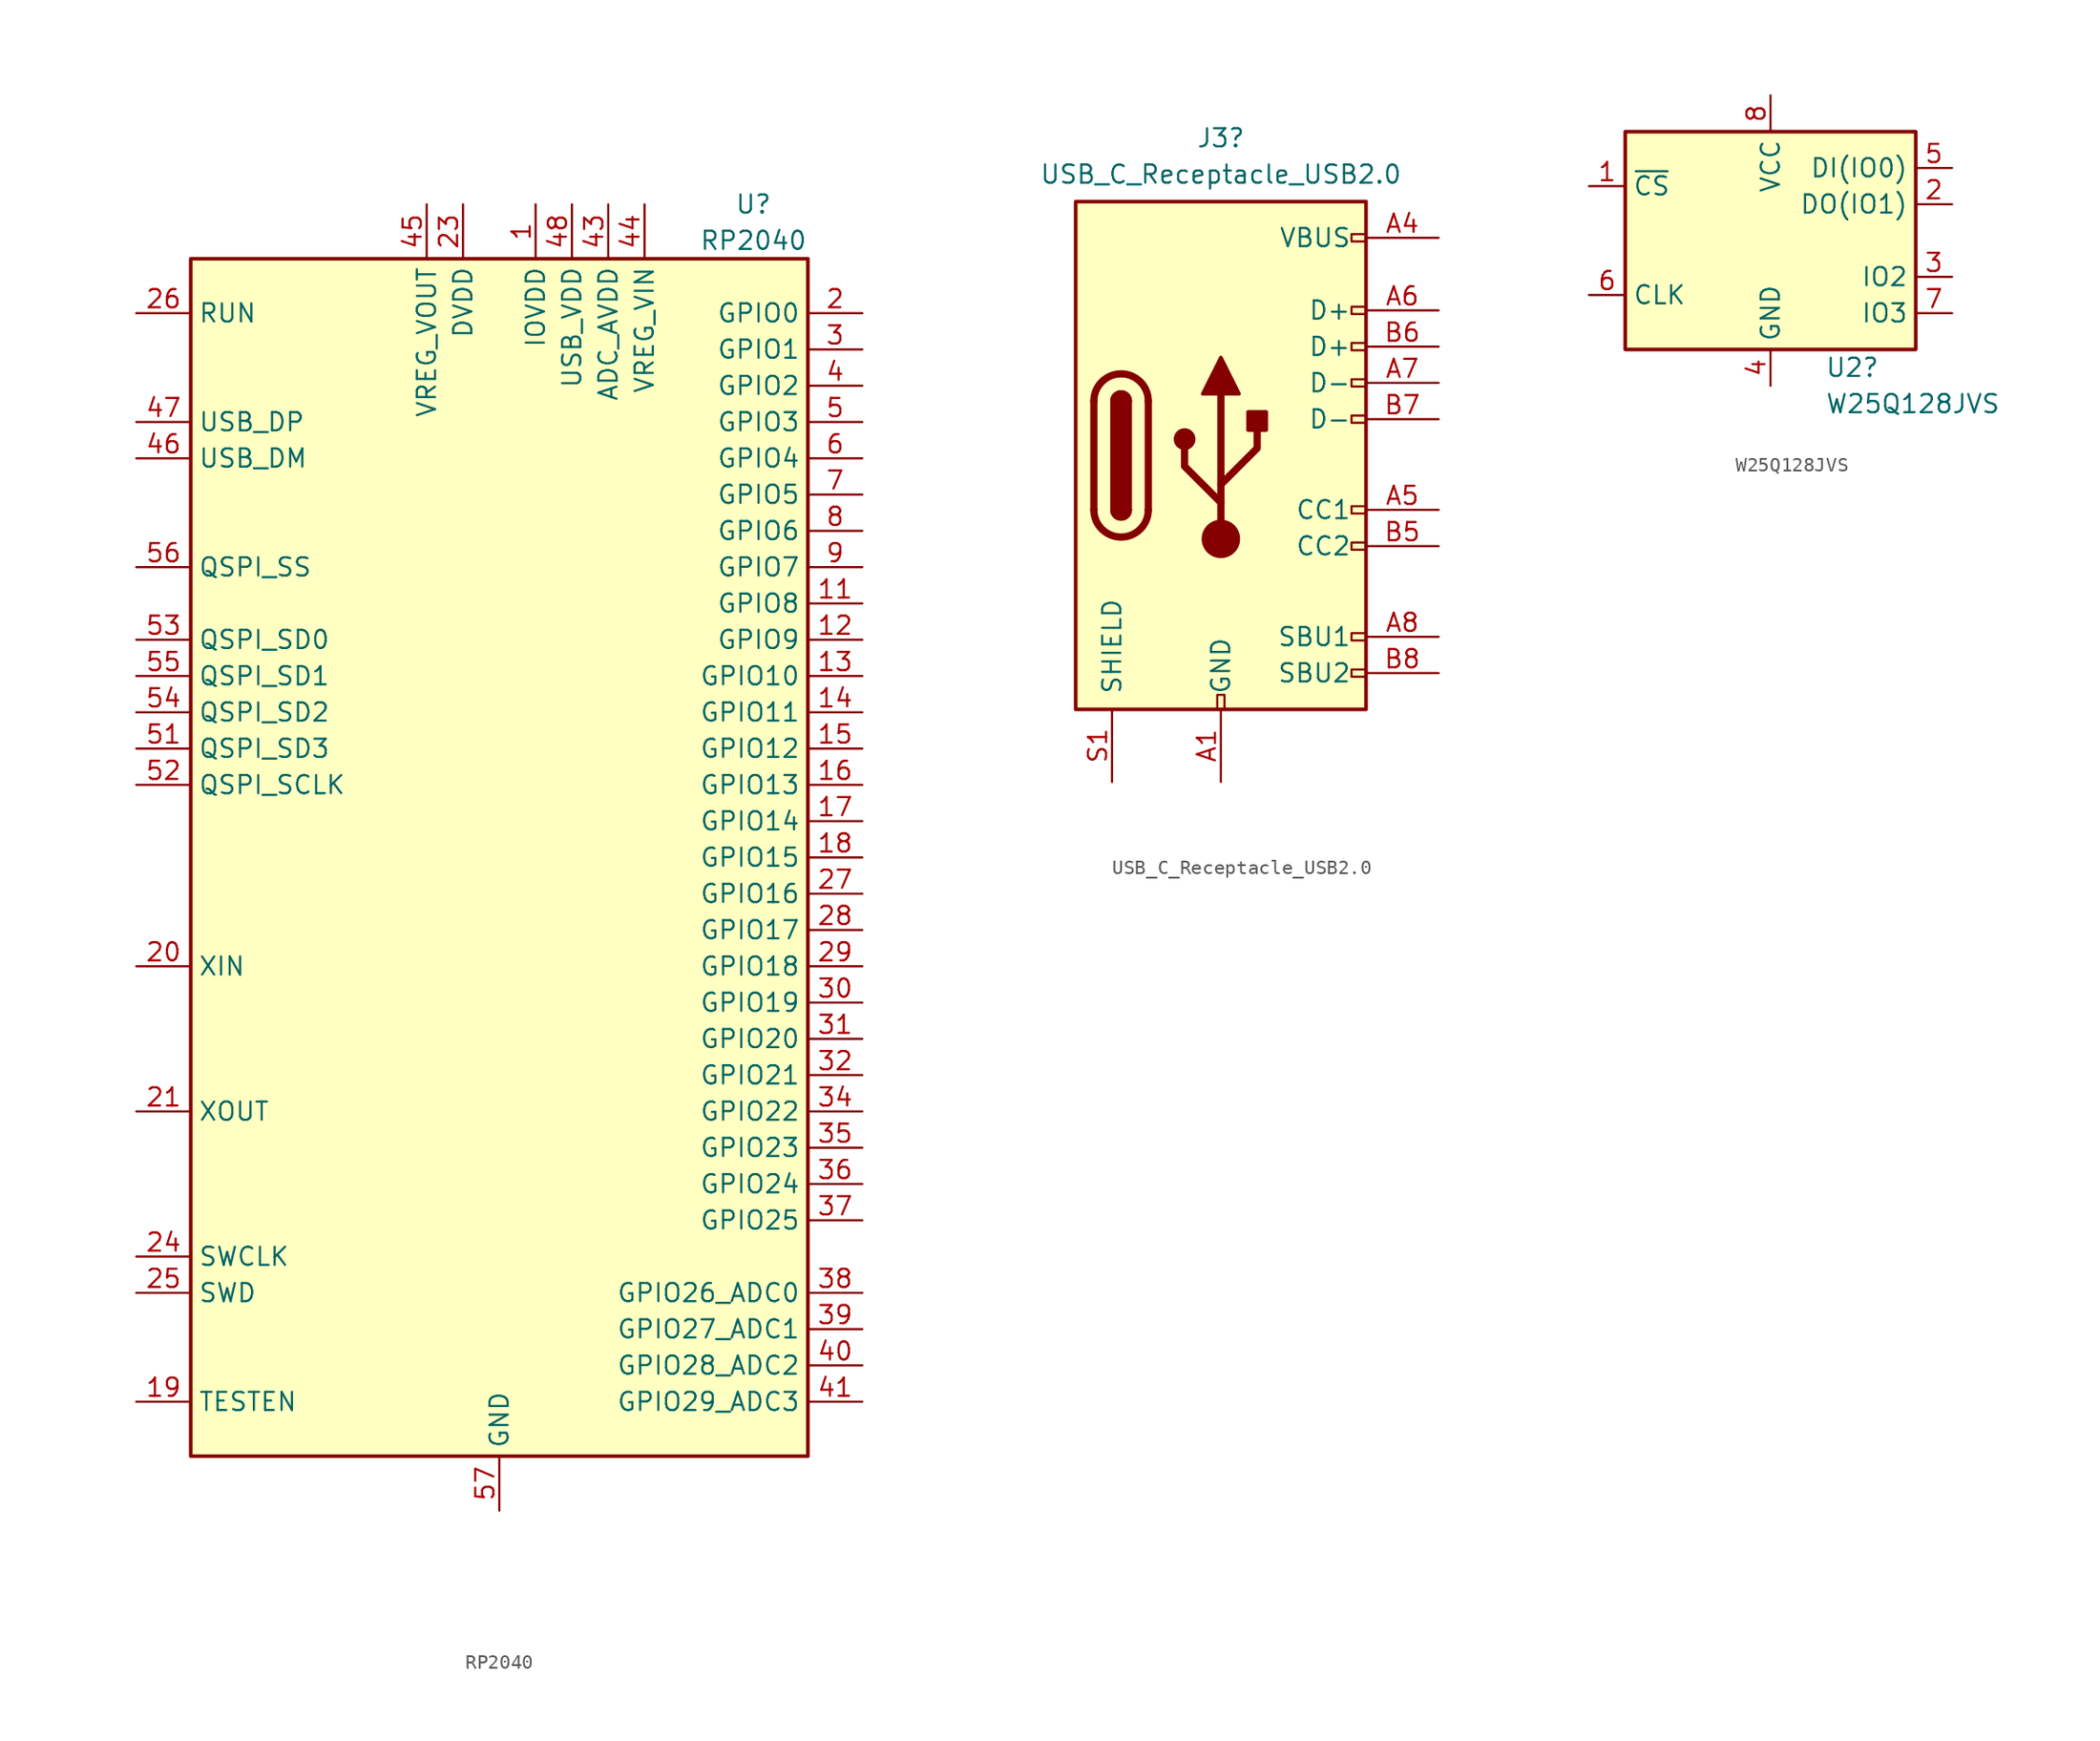
<source format=kicad_sym>
(kicad_symbol_lib
  (version 20220914)
  (generator kicad_symbol_editor)
  (symbol "RP2040"
    (property "Reference" "U"
      (at 17.78 45.72 0)
      (effects (font (size 1.27 1.27))))
    (property "Value" "RP2040"
      (at 17.78 43.18 0)
      (effects (font (size 1.27 1.27))))
    (symbol "RP2040_0_1"
      (rectangle (start -21.59 41.91) (end 21.59 -41.91) (stroke (width 0.254) (type default)) (fill (type background))))
    (symbol "RP2040_1_1"
      (pin power_in line (at 2.54 45.72 270) (length 3.81) (name "IOVDD" (effects (font (size 1.27 1.27)))) (number "1" (effects (font (size 1.27 1.27)))))
      (pin passive line (at 2.54 45.72 270) (length 3.81) hide (name "IOVDD" (effects (font (size 1.27 1.27)))) (number "10" (effects (font (size 1.27 1.27)))))
      (pin bidirectional line (at 25.4 17.78 180) (length 3.81) (name "GPIO8" (effects (font (size 1.27 1.27)))) (number "11" (effects (font (size 1.27 1.27)))))
      (pin bidirectional line (at 25.4 15.24 180) (length 3.81) (name "GPIO9" (effects (font (size 1.27 1.27)))) (number "12" (effects (font (size 1.27 1.27)))))
      (pin bidirectional line (at 25.4 12.7 180) (length 3.81) (name "GPIO10" (effects (font (size 1.27 1.27)))) (number "13" (effects (font (size 1.27 1.27)))))
      (pin bidirectional line (at 25.4 10.16 180) (length 3.81) (name "GPIO11" (effects (font (size 1.27 1.27)))) (number "14" (effects (font (size 1.27 1.27)))))
      (pin bidirectional line (at 25.4 7.62 180) (length 3.81) (name "GPIO12" (effects (font (size 1.27 1.27)))) (number "15" (effects (font (size 1.27 1.27)))))
      (pin bidirectional line (at 25.4 5.08 180) (length 3.81) (name "GPIO13" (effects (font (size 1.27 1.27)))) (number "16" (effects (font (size 1.27 1.27)))))
      (pin bidirectional line (at 25.4 2.54 180) (length 3.81) (name "GPIO14" (effects (font (size 1.27 1.27)))) (number "17" (effects (font (size 1.27 1.27)))))
      (pin bidirectional line (at 25.4 0 180) (length 3.81) (name "GPIO15" (effects (font (size 1.27 1.27)))) (number "18" (effects (font (size 1.27 1.27)))))
      (pin input line (at -25.4 -38.1 0) (length 3.81) (name "TESTEN" (effects (font (size 1.27 1.27)))) (number "19" (effects (font (size 1.27 1.27)))))
      (pin bidirectional line (at 25.4 38.1 180) (length 3.81) (name "GPIO0" (effects (font (size 1.27 1.27)))) (number "2" (effects (font (size 1.27 1.27)))))
      (pin input line (at -25.4 -7.62 0) (length 3.81) (name "XIN" (effects (font (size 1.27 1.27)))) (number "20" (effects (font (size 1.27 1.27)))))
      (pin passive line (at -25.4 -17.78 0) (length 3.81) (name "XOUT" (effects (font (size 1.27 1.27)))) (number "21" (effects (font (size 1.27 1.27)))))
      (pin passive line (at 2.54 45.72 270) (length 3.81) hide (name "IOVDD" (effects (font (size 1.27 1.27)))) (number "22" (effects (font (size 1.27 1.27)))))
      (pin power_in line (at -2.54 45.72 270) (length 3.81) (name "DVDD" (effects (font (size 1.27 1.27)))) (number "23" (effects (font (size 1.27 1.27)))))
      (pin input line (at -25.4 -27.94 0) (length 3.81) (name "SWCLK" (effects (font (size 1.27 1.27)))) (number "24" (effects (font (size 1.27 1.27)))))
      (pin bidirectional line (at -25.4 -30.48 0) (length 3.81) (name "SWD" (effects (font (size 1.27 1.27)))) (number "25" (effects (font (size 1.27 1.27)))))
      (pin input line (at -25.4 38.1 0) (length 3.81) (name "RUN" (effects (font (size 1.27 1.27)))) (number "26" (effects (font (size 1.27 1.27)))))
      (pin bidirectional line (at 25.4 -2.54 180) (length 3.81) (name "GPIO16" (effects (font (size 1.27 1.27)))) (number "27" (effects (font (size 1.27 1.27)))))
      (pin bidirectional line (at 25.4 -5.08 180) (length 3.81) (name "GPIO17" (effects (font (size 1.27 1.27)))) (number "28" (effects (font (size 1.27 1.27)))))
      (pin bidirectional line (at 25.4 -7.62 180) (length 3.81) (name "GPIO18" (effects (font (size 1.27 1.27)))) (number "29" (effects (font (size 1.27 1.27)))))
      (pin bidirectional line (at 25.4 35.56 180) (length 3.81) (name "GPIO1" (effects (font (size 1.27 1.27)))) (number "3" (effects (font (size 1.27 1.27)))))
      (pin bidirectional line (at 25.4 -10.16 180) (length 3.81) (name "GPIO19" (effects (font (size 1.27 1.27)))) (number "30" (effects (font (size 1.27 1.27)))))
      (pin bidirectional line (at 25.4 -12.7 180) (length 3.81) (name "GPIO20" (effects (font (size 1.27 1.27)))) (number "31" (effects (font (size 1.27 1.27)))))
      (pin bidirectional line (at 25.4 -15.24 180) (length 3.81) (name "GPIO21" (effects (font (size 1.27 1.27)))) (number "32" (effects (font (size 1.27 1.27)))))
      (pin passive line (at 2.54 45.72 270) (length 3.81) hide (name "IOVDD" (effects (font (size 1.27 1.27)))) (number "33" (effects (font (size 1.27 1.27)))))
      (pin bidirectional line (at 25.4 -17.78 180) (length 3.81) (name "GPIO22" (effects (font (size 1.27 1.27)))) (number "34" (effects (font (size 1.27 1.27)))))
      (pin bidirectional line (at 25.4 -20.32 180) (length 3.81) (name "GPIO23" (effects (font (size 1.27 1.27)))) (number "35" (effects (font (size 1.27 1.27)))))
      (pin bidirectional line (at 25.4 -22.86 180) (length 3.81) (name "GPIO24" (effects (font (size 1.27 1.27)))) (number "36" (effects (font (size 1.27 1.27)))))
      (pin bidirectional line (at 25.4 -25.4 180) (length 3.81) (name "GPIO25" (effects (font (size 1.27 1.27)))) (number "37" (effects (font (size 1.27 1.27)))))
      (pin bidirectional line (at 25.4 -30.48 180) (length 3.81) (name "GPIO26_ADC0" (effects (font (size 1.27 1.27)))) (number "38" (effects (font (size 1.27 1.27)))))
      (pin bidirectional line (at 25.4 -33.02 180) (length 3.81) (name "GPIO27_ADC1" (effects (font (size 1.27 1.27)))) (number "39" (effects (font (size 1.27 1.27)))))
      (pin bidirectional line (at 25.4 33.02 180) (length 3.81) (name "GPIO2" (effects (font (size 1.27 1.27)))) (number "4" (effects (font (size 1.27 1.27)))))
      (pin bidirectional line (at 25.4 -35.56 180) (length 3.81) (name "GPIO28_ADC2" (effects (font (size 1.27 1.27)))) (number "40" (effects (font (size 1.27 1.27)))))
      (pin bidirectional line (at 25.4 -38.1 180) (length 3.81) (name "GPIO29_ADC3" (effects (font (size 1.27 1.27)))) (number "41" (effects (font (size 1.27 1.27)))))
      (pin passive line (at 2.54 45.72 270) (length 3.81) hide (name "IOVDD" (effects (font (size 1.27 1.27)))) (number "42" (effects (font (size 1.27 1.27)))))
      (pin power_in line (at 7.62 45.72 270) (length 3.81) (name "ADC_AVDD" (effects (font (size 1.27 1.27)))) (number "43" (effects (font (size 1.27 1.27)))))
      (pin power_in line (at 10.16 45.72 270) (length 3.81) (name "VREG_VIN" (effects (font (size 1.27 1.27)))) (number "44" (effects (font (size 1.27 1.27)))))
      (pin power_out line (at -5.08 45.72 270) (length 3.81) (name "VREG_VOUT" (effects (font (size 1.27 1.27)))) (number "45" (effects (font (size 1.27 1.27)))))
      (pin bidirectional line (at -25.4 27.94 0) (length 3.81) (name "USB_DM" (effects (font (size 1.27 1.27)))) (number "46" (effects (font (size 1.27 1.27)))))
      (pin bidirectional line (at -25.4 30.48 0) (length 3.81) (name "USB_DP" (effects (font (size 1.27 1.27)))) (number "47" (effects (font (size 1.27 1.27)))))
      (pin power_in line (at 5.08 45.72 270) (length 3.81) (name "USB_VDD" (effects (font (size 1.27 1.27)))) (number "48" (effects (font (size 1.27 1.27)))))
      (pin passive line (at 2.54 45.72 270) (length 3.81) hide (name "IOVDD" (effects (font (size 1.27 1.27)))) (number "49" (effects (font (size 1.27 1.27)))))
      (pin bidirectional line (at 25.4 30.48 180) (length 3.81) (name "GPIO3" (effects (font (size 1.27 1.27)))) (number "5" (effects (font (size 1.27 1.27)))))
      (pin passive line (at -2.54 45.72 270) (length 3.81) hide (name "DVDD" (effects (font (size 1.27 1.27)))) (number "50" (effects (font (size 1.27 1.27)))))
      (pin bidirectional line (at -25.4 7.62 0) (length 3.81) (name "QSPI_SD3" (effects (font (size 1.27 1.27)))) (number "51" (effects (font (size 1.27 1.27)))))
      (pin output line (at -25.4 5.08 0) (length 3.81) (name "QSPI_SCLK" (effects (font (size 1.27 1.27)))) (number "52" (effects (font (size 1.27 1.27)))))
      (pin bidirectional line (at -25.4 15.24 0) (length 3.81) (name "QSPI_SD0" (effects (font (size 1.27 1.27)))) (number "53" (effects (font (size 1.27 1.27)))))
      (pin bidirectional line (at -25.4 10.16 0) (length 3.81) (name "QSPI_SD2" (effects (font (size 1.27 1.27)))) (number "54" (effects (font (size 1.27 1.27)))))
      (pin bidirectional line (at -25.4 12.7 0) (length 3.81) (name "QSPI_SD1" (effects (font (size 1.27 1.27)))) (number "55" (effects (font (size 1.27 1.27)))))
      (pin bidirectional line (at -25.4 20.32 0) (length 3.81) (name "QSPI_SS" (effects (font (size 1.27 1.27)))) (number "56" (effects (font (size 1.27 1.27)))))
      (pin power_in line (at 0 -45.72 90) (length 3.81) (name "GND" (effects (font (size 1.27 1.27)))) (number "57" (effects (font (size 1.27 1.27)))))
      (pin bidirectional line (at 25.4 27.94 180) (length 3.81) (name "GPIO4" (effects (font (size 1.27 1.27)))) (number "6" (effects (font (size 1.27 1.27)))))
      (pin bidirectional line (at 25.4 25.4 180) (length 3.81) (name "GPIO5" (effects (font (size 1.27 1.27)))) (number "7" (effects (font (size 1.27 1.27)))))
      (pin bidirectional line (at 25.4 22.86 180) (length 3.81) (name "GPIO6" (effects (font (size 1.27 1.27)))) (number "8" (effects (font (size 1.27 1.27)))))
      (pin bidirectional line (at 25.4 20.32 180) (length 3.81) (name "GPIO7" (effects (font (size 1.27 1.27)))) (number "9" (effects (font (size 1.27 1.27)))))))
  (symbol "USB_C_Receptacle_USB2.0"
    (pin_names
      (offset 1.016))
    (property "Reference" "J3"
      (at 0 22.225 0)
      (effects (font (size 1.27 1.27))))
    (property "Value" "USB_C_Receptacle_USB2.0"
      (at 0 19.685 0)
      (effects (font (size 1.27 1.27))))
    (symbol "USB_C_Receptacle_USB2.0_0_0"
      (rectangle (start -0.254 -17.78) (end 0.254 -16.764) (stroke (width 0) (type default)) (fill (type none)))
      (rectangle (start 10.16 -14.986) (end 9.144 -15.494) (stroke (width 0) (type default)) (fill (type none)))
      (rectangle (start 10.16 -12.446) (end 9.144 -12.954) (stroke (width 0) (type default)) (fill (type none)))
      (rectangle (start 10.16 -6.096) (end 9.144 -6.604) (stroke (width 0) (type default)) (fill (type none)))
      (rectangle (start 10.16 -3.556) (end 9.144 -4.064) (stroke (width 0) (type default)) (fill (type none)))
      (rectangle (start 10.16 2.794) (end 9.144 2.286) (stroke (width 0) (type default)) (fill (type none)))
      (rectangle (start 10.16 5.334) (end 9.144 4.826) (stroke (width 0) (type default)) (fill (type none)))
      (rectangle (start 10.16 7.874) (end 9.144 7.366) (stroke (width 0) (type default)) (fill (type none)))
      (rectangle (start 10.16 10.414) (end 9.144 9.906) (stroke (width 0) (type default)) (fill (type none)))
      (rectangle (start 10.16 15.494) (end 9.144 14.986) (stroke (width 0) (type default)) (fill (type none))))
    (symbol "USB_C_Receptacle_USB2.0_0_1"
      (rectangle (start -10.16 17.78) (end 10.16 -17.78) (stroke (width 0.254) (type default)) (fill (type background)))
      (arc (start -8.89 -3.81) (mid -6.985 -5.7067) (end -5.08 -3.81) (stroke (width 0.508) (type default)) (fill (type none)))
      (arc (start -7.62 -3.81) (mid -6.985 -4.4423) (end -6.35 -3.81) (stroke (width 0.254) (type default)) (fill (type none)))
      (arc (start -7.62 -3.81) (mid -6.985 -4.4423) (end -6.35 -3.81) (stroke (width 0.254) (type default)) (fill (type outline)))
      (rectangle (start -7.62 -3.81) (end -6.35 3.81) (stroke (width 0.254) (type default)) (fill (type outline)))
      (arc (start -6.35 3.81) (mid -6.985 4.4423) (end -7.62 3.81) (stroke (width 0.254) (type default)) (fill (type none)))
      (arc (start -6.35 3.81) (mid -6.985 4.4423) (end -7.62 3.81) (stroke (width 0.254) (type default)) (fill (type outline)))
      (arc (start -5.08 3.81) (mid -6.985 5.7067) (end -8.89 3.81) (stroke (width 0.508) (type default)) (fill (type none)))
      (circle (center -2.54 1.143) (radius 0.635) (stroke (width 0.254) (type default)) (fill (type outline)))
      (circle (center 0 -5.842) (radius 1.27) (stroke (width 0) (type default)) (fill (type outline)))
      (polyline (pts (xy -8.89 -3.81) (xy -8.89 3.81)) (stroke (width 0.508) (type default)) (fill (type none)))
      (polyline (pts (xy -5.08 3.81) (xy -5.08 -3.81)) (stroke (width 0.508) (type default)) (fill (type none)))
      (polyline (pts (xy 0 -5.842) (xy 0 4.318)) (stroke (width 0.508) (type default)) (fill (type none)))
      (polyline (pts (xy 0 -3.302) (xy -2.54 -0.762) (xy -2.54 0.508)) (stroke (width 0.508) (type default)) (fill (type none)))
      (polyline (pts (xy 0 -2.032) (xy 2.54 0.508) (xy 2.54 1.778)) (stroke (width 0.508) (type default)) (fill (type none)))
      (polyline (pts (xy -1.27 4.318) (xy 0 6.858) (xy 1.27 4.318) (xy -1.27 4.318)) (stroke (width 0.254) (type default)) (fill (type outline)))
      (rectangle (start 1.905 1.778) (end 3.175 3.048) (stroke (width 0.254) (type default)) (fill (type outline))))
    (symbol "USB_C_Receptacle_USB2.0_1_1"
      (pin passive line (at 0 -22.86 90) (length 5.08) (name "GND" (effects (font (size 1.27 1.27)))) (number "A1" (effects (font (size 1.27 1.27)))))
      (pin passive line (at 0 -22.86 90) (length 5.08) hide (name "GND" (effects (font (size 1.27 1.27)))) (number "A12" (effects (font (size 1.27 1.27)))))
      (pin passive line (at 15.24 15.24 180) (length 5.08) (name "VBUS" (effects (font (size 1.27 1.27)))) (number "A4" (effects (font (size 1.27 1.27)))))
      (pin bidirectional line (at 15.24 -3.81 180) (length 5.08) (name "CC1" (effects (font (size 1.27 1.27)))) (number "A5" (effects (font (size 1.27 1.27)))))
      (pin bidirectional line (at 15.24 10.16 180) (length 5.08) (name "D+" (effects (font (size 1.27 1.27)))) (number "A6" (effects (font (size 1.27 1.27)))))
      (pin bidirectional line (at 15.24 5.08 180) (length 5.08) (name "D-" (effects (font (size 1.27 1.27)))) (number "A7" (effects (font (size 1.27 1.27)))))
      (pin bidirectional line (at 15.24 -12.7 180) (length 5.08) (name "SBU1" (effects (font (size 1.27 1.27)))) (number "A8" (effects (font (size 1.27 1.27)))))
      (pin passive line (at 15.24 15.24 180) (length 5.08) hide (name "VBUS" (effects (font (size 1.27 1.27)))) (number "A9" (effects (font (size 1.27 1.27)))))
      (pin passive line (at 0 -22.86 90) (length 5.08) hide (name "GND" (effects (font (size 1.27 1.27)))) (number "B1" (effects (font (size 1.27 1.27)))))
      (pin passive line (at 0 -22.86 90) (length 5.08) hide (name "GND" (effects (font (size 1.27 1.27)))) (number "B12" (effects (font (size 1.27 1.27)))))
      (pin passive line (at 15.24 15.24 180) (length 5.08) hide (name "VBUS" (effects (font (size 1.27 1.27)))) (number "B4" (effects (font (size 1.27 1.27)))))
      (pin bidirectional line (at 15.24 -6.35 180) (length 5.08) (name "CC2" (effects (font (size 1.27 1.27)))) (number "B5" (effects (font (size 1.27 1.27)))))
      (pin bidirectional line (at 15.24 7.62 180) (length 5.08) (name "D+" (effects (font (size 1.27 1.27)))) (number "B6" (effects (font (size 1.27 1.27)))))
      (pin bidirectional line (at 15.24 2.54 180) (length 5.08) (name "D-" (effects (font (size 1.27 1.27)))) (number "B7" (effects (font (size 1.27 1.27)))))
      (pin bidirectional line (at 15.24 -15.24 180) (length 5.08) (name "SBU2" (effects (font (size 1.27 1.27)))) (number "B8" (effects (font (size 1.27 1.27)))))
      (pin passive line (at 15.24 15.24 180) (length 5.08) hide (name "VBUS" (effects (font (size 1.27 1.27)))) (number "B9" (effects (font (size 1.27 1.27)))))
      (pin passive line (at -7.62 -22.86 90) (length 5.08) (name "SHIELD" (effects (font (size 1.27 1.27)))) (number "S1" (effects (font (size 1.27 1.27)))))))
  (symbol "W25Q128JVS"
    (property "Reference" "U2"
      (at 3.81 -8.89 0)
      (effects (font (size 1.27 1.27)) (justify left)))
    (property "Value" "W25Q128JVS"
      (at 3.81 -11.43 0)
      (effects (font (size 1.27 1.27)) (justify left)))
    (symbol "W25Q128JVS_0_1"
      (rectangle (start -10.16 7.62) (end 10.16 -7.62) (stroke (width 0.254) (type default)) (fill (type background))))
    (symbol "W25Q128JVS_1_1"
      (pin input line (at -12.7 3.81 0) (length 2.54) (name "~{CS}" (effects (font (size 1.27 1.27)))) (number "1" (effects (font (size 1.27 1.27)))))
      (pin bidirectional line (at 12.7 2.54 180) (length 2.54) (name "DO(IO1)" (effects (font (size 1.27 1.27)))) (number "2" (effects (font (size 1.27 1.27)))))
      (pin bidirectional line (at 12.7 -2.54 180) (length 2.54) (name "IO2" (effects (font (size 1.27 1.27)))) (number "3" (effects (font (size 1.27 1.27)))))
      (pin power_in line (at 0 -10.16 90) (length 2.54) (name "GND" (effects (font (size 1.27 1.27)))) (number "4" (effects (font (size 1.27 1.27)))))
      (pin bidirectional line (at 12.7 5.08 180) (length 2.54) (name "DI(IO0)" (effects (font (size 1.27 1.27)))) (number "5" (effects (font (size 1.27 1.27)))))
      (pin input line (at -12.7 -3.81 0) (length 2.54) (name "CLK" (effects (font (size 1.27 1.27)))) (number "6" (effects (font (size 1.27 1.27)))))
      (pin bidirectional line (at 12.7 -5.08 180) (length 2.54) (name "IO3" (effects (font (size 1.27 1.27)))) (number "7" (effects (font (size 1.27 1.27)))))
      (pin power_in line (at 0 10.16 270) (length 2.54) (name "VCC" (effects (font (size 1.27 1.27)))) (number "8" (effects (font (size 1.27 1.27))))))))
</source>
